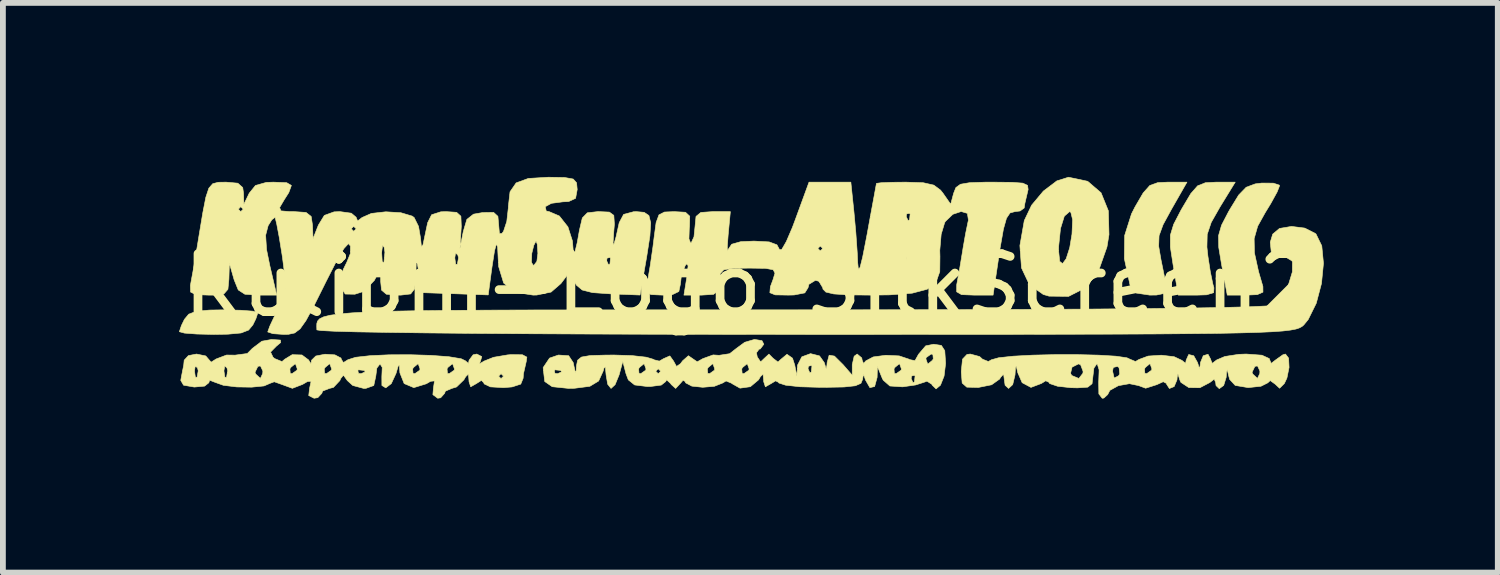
<source format=kicad_pcb>
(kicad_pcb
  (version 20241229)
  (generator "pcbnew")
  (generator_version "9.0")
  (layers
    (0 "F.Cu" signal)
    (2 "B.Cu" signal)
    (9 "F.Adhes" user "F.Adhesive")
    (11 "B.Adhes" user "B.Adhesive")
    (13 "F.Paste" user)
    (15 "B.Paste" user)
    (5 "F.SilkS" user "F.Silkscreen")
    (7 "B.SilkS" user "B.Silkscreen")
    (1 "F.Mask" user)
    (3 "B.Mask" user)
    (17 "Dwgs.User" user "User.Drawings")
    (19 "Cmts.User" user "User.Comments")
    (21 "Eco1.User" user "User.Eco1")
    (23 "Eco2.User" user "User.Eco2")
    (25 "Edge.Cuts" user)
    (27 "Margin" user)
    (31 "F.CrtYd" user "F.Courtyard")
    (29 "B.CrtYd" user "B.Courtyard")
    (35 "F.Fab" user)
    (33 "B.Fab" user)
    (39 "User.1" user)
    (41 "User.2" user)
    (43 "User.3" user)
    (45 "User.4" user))
  (footprint "Kulibin-Logo_SilkScreen2"
    (layer "F.Cu")
    (at 9.863 1.868)
    (property "Reference" "Kulibin-Logo_SilkScreen2" (at 0 0 0) (layer "F.SilkS") (effects (font (size 1 1) (thickness 0.15))))
    (attr exclude_from_pos_files exclude_from_bom)
    (fp_poly (pts (xy -8.765 0.43) (xy -8.554 0.446) (xy -8.467 0.47) (xy -8.467 0.471) (xy -8.502 0.576) (xy -8.554 0.683) (xy -8.628 0.772) (xy -8.758 0.822) (xy -8.985 0.843) (xy -9.232 0.847) (xy -9.523 0.84) (xy -9.734 0.824) (xy -9.821 0.8) (xy -9.821 0.799) (xy -9.786 0.694) (xy -9.734 0.587) (xy -9.66 0.498) (xy -9.53 0.448) (xy -9.303 0.427) (xy -9.056 0.423) (xy -8.765 0.43)) (stroke (width 0.01) (type solid)) (fill yes) (layer "F.SilkS"))
    (fp_poly (pts (xy 7.281 -1.311) (xy 7.136 -1.045) (xy 7.067 -0.856) (xy 7.06 -0.675) (xy 7.101 -0.436) (xy 7.105 -0.418) (xy 7.167 -0.113) (xy 7.182 0.063) (xy 7.137 0.144) (xy 7.021 0.168) (xy 6.906 0.169) (xy 6.674 0.134) (xy 6.572 0.022) (xy 6.572 0.021) (xy 6.469 -0.459) (xy 6.474 -0.859) (xy 6.592 -1.231) (xy 6.651 -1.348) (xy 6.793 -1.592) (xy 6.908 -1.721) (xy 7.045 -1.77) (xy 7.216 -1.778) (xy 7.548 -1.778) (xy 7.281 -1.311)) (stroke (width 0.01) (type solid)) (fill yes) (layer "F.SilkS"))
    (fp_poly (pts (xy 8.117 -1.35) (xy 7.966 -1.084) (xy 7.897 -0.879) (xy 7.892 -0.659) (xy 7.909 -0.502) (xy 7.951 -0.231) (xy 7.995 -0.019) (xy 8.013 0.043) (xy 8.008 0.127) (xy 7.886 0.164) (xy 7.73 0.169) (xy 7.398 0.169) (xy 7.308 -0.36) (xy 7.262 -0.659) (xy 7.262 -0.865) (xy 7.319 -1.052) (xy 7.444 -1.293) (xy 7.467 -1.333) (xy 7.615 -1.582) (xy 7.732 -1.715) (xy 7.865 -1.768) (xy 8.049 -1.778) (xy 8.38 -1.778) (xy 8.117 -1.35)) (stroke (width 0.01) (type solid)) (fill yes) (layer "F.SilkS"))
    (fp_poly (pts (xy 9.036 -1.761) (xy 9.14 -1.727) (xy 9.144 -1.715) (xy 9.102 -1.608) (xy 8.993 -1.41) (xy 8.897 -1.253) (xy 8.767 -1.019) (xy 8.706 -0.804) (xy 8.711 -0.559) (xy 8.782 -0.236) (xy 8.857 0.021) (xy 8.858 0.118) (xy 8.76 0.161) (xy 8.572 0.169) (xy 8.243 0.169) (xy 8.145 -0.356) (xy 8.096 -0.653) (xy 8.092 -0.855) (xy 8.144 -1.036) (xy 8.264 -1.267) (xy 8.288 -1.309) (xy 8.44 -1.557) (xy 8.569 -1.69) (xy 8.724 -1.748) (xy 8.836 -1.762) (xy 9.036 -1.761)) (stroke (width 0.01) (type solid)) (fill yes) (layer "F.SilkS"))
    (fp_poly (pts (xy 5.836 -1.793) (xy 6.067 -1.595) (xy 6.193 -1.284) (xy 6.204 -0.874) (xy 6.169 -0.661) (xy 6.022 -0.244) (xy 5.796 0.044) (xy 5.507 0.191) (xy 5.17 0.187) (xy 5.071 0.158) (xy 4.832 -0.011) (xy 4.696 -0.299) (xy 4.674 -0.597) (xy 5.335 -0.597) (xy 5.354 -0.413) (xy 5.403 -0.373) (xy 5.466 -0.458) (xy 5.527 -0.648) (xy 5.566 -0.882) (xy 5.577 -1.131) (xy 5.546 -1.259) (xy 5.524 -1.27) (xy 5.434 -1.192) (xy 5.368 -0.979) (xy 5.336 -0.669) (xy 5.335 -0.597) (xy 4.674 -0.597) (xy 4.668 -0.684) (xy 4.744 -1.116) (xy 4.87 -1.381) (xy 5.073 -1.624) (xy 5.305 -1.8) (xy 5.506 -1.863) (xy 5.836 -1.793)) (stroke (width 0.01) (type solid)) (fill yes) (layer "F.SilkS"))
    (fp_poly (pts (xy 9.579 -0.986) (xy 9.762 -0.893) (xy 9.773 -0.883) (xy 9.872 -0.68) (xy 9.901 -0.379) (xy 9.867 -0.032) (xy 9.777 0.309) (xy 9.638 0.59) (xy 9.562 0.683) (xy 9.531 0.71) (xy 9.489 0.733) (xy 9.427 0.754) (xy 9.333 0.772) (xy 9.198 0.788) (xy 9.012 0.801) (xy 8.765 0.812) (xy 8.447 0.821) (xy 8.048 0.829) (xy 7.558 0.834) (xy 6.967 0.839) (xy 6.265 0.842) (xy 5.442 0.844) (xy 4.488 0.846) (xy 3.394 0.846) (xy 2.148 0.847) (xy 0.974 0.847) (xy -0.373 0.846) (xy -1.626 0.844) (xy -2.778 0.84) (xy -3.822 0.835) (xy -4.75 0.829) (xy -5.555 0.821) (xy -6.227 0.812) (xy -6.761 0.803) (xy -7.148 0.792) (xy -7.38 0.78) (xy -7.451 0.769) (xy -7.453 0.712) (xy -7.452 0.661) (xy -7.439 0.617) (xy -7.404 0.578) (xy -7.337 0.545) (xy -7.227 0.517) (xy -7.066 0.494) (xy -6.843 0.475) (xy -6.548 0.459) (xy -6.171 0.447) (xy -5.703 0.438) (xy -5.133 0.432) (xy -4.452 0.428) (xy -3.65 0.425) (xy -2.717 0.424) (xy -1.643 0.423) (xy -0.418 0.423) (xy 0.777 0.423) (xy 2.261 0.422) (xy 3.609 0.42) (xy 4.818 0.415) (xy 5.883 0.41) (xy 6.801 0.402) (xy 7.568 0.393) (xy 8.18 0.382) (xy 8.635 0.37) (xy 8.928 0.356) (xy 9.055 0.341) (xy 9.058 0.339) (xy 9.184 0.209) (xy 9.296 -0.004) (xy 9.365 -0.231) (xy 9.366 -0.402) (xy 9.357 -0.422) (xy 9.236 -0.494) (xy 9.139 -0.508) (xy 9.002 -0.568) (xy 8.984 -0.742) (xy 9.026 -0.882) (xy 9.143 -0.98) (xy 9.35 -1.015) (xy 9.579 -0.986)) (stroke (width 0.01) (type solid)) (fill yes) (layer "F.SilkS"))
    (fp_poly (pts (xy 9.3 1.255) (xy 9.308 1.416) (xy 9.271 1.599) (xy 9.227 1.693) (xy 9.145 1.775) (xy 9.07 1.705) (xy 8.983 1.642) (xy 8.94 1.682) (xy 8.824 1.74) (xy 8.618 1.762) (xy 8.594 1.762) (xy 8.38 1.726) (xy 8.284 1.622) (xy 8.271 1.574) (xy 8.253 1.499) (xy 8.67 1.499) (xy 8.682 1.53) (xy 8.764 1.605) (xy 8.804 1.519) (xy 8.805 1.477) (xy 8.764 1.389) (xy 8.719 1.398) (xy 8.67 1.499) (xy 8.253 1.499) (xy 8.243 1.455) (xy 8.23 1.499) (xy 8.224 1.587) (xy 8.181 1.726) (xy 8.105 1.782) (xy 8.049 1.728) (xy 8.043 1.676) (xy 8.018 1.617) (xy 7.942 1.676) (xy 7.77 1.766) (xy 7.58 1.763) (xy 7.444 1.674) (xy 7.424 1.63) (xy 7.392 1.525) (xy 7.379 1.586) (xy 7.376 1.63) (xy 7.327 1.746) (xy 7.245 1.779) (xy 7.197 1.705) (xy 7.197 1.693) (xy 7.139 1.662) (xy 7.027 1.713) (xy 6.836 1.774) (xy 6.715 1.729) (xy 6.556 1.696) (xy 6.366 1.73) (xy 6.219 1.811) (xy 6.181 1.884) (xy 6.115 1.944) (xy 6.087 1.947) (xy 6.029 1.872) (xy 6.026 1.667) (xy 6.027 1.651) (xy 6.033 1.477) (xy 6.265 1.477) (xy 6.293 1.599) (xy 6.367 1.562) (xy 6.389 1.53) (xy 6.38 1.439) (xy 6.816 1.439) (xy 6.822 1.517) (xy 6.853 1.524) (xy 6.939 1.463) (xy 6.943 1.439) (xy 6.914 1.357) (xy 6.905 1.355) (xy 6.833 1.414) (xy 6.816 1.439) (xy 6.38 1.439) (xy 6.378 1.421) (xy 6.351 1.398) (xy 6.278 1.416) (xy 6.265 1.477) (xy 6.033 1.477) (xy 6.033 1.456) (xy 6.003 1.358) (xy 5.994 1.355) (xy 5.944 1.427) (xy 5.927 1.567) (xy 5.912 1.697) (xy 5.838 1.756) (xy 5.66 1.768) (xy 5.546 1.765) (xy 5.318 1.74) (xy 5.182 1.694) (xy 5.165 1.669) (xy 5.113 1.646) (xy 5.039 1.692) (xy 4.859 1.76) (xy 4.707 1.679) (xy 4.637 1.519) (xy 5.541 1.519) (xy 5.562 1.555) (xy 5.685 1.606) (xy 5.755 1.515) (xy 5.757 1.482) (xy 5.714 1.369) (xy 5.678 1.355) (xy 5.567 1.411) (xy 5.541 1.519) (xy 4.637 1.519) (xy 4.632 1.508) (xy 4.605 1.389) (xy 4.591 1.426) (xy 4.584 1.545) (xy 4.544 1.712) (xy 4.473 1.778) (xy 4.413 1.723) (xy 4.4 1.63) (xy 4.387 1.53) (xy 4.335 1.588) (xy 4.319 1.616) (xy 4.18 1.715) (xy 3.951 1.761) (xy 3.949 1.761) (xy 3.753 1.756) (xy 3.673 1.685) (xy 3.658 1.5) (xy 3.658 1.479) (xy 3.679 1.273) (xy 3.756 1.192) (xy 3.813 1.185) (xy 3.973 1.228) (xy 4.024 1.274) (xy 4.125 1.314) (xy 4.177 1.284) (xy 4.302 1.249) (xy 4.551 1.222) (xy 4.886 1.204) (xy 5.27 1.195) (xy 5.663 1.195) (xy 6.027 1.204) (xy 6.324 1.222) (xy 6.514 1.25) (xy 6.563 1.273) (xy 6.661 1.314) (xy 6.72 1.279) (xy 6.878 1.22) (xy 7.106 1.205) (xy 7.327 1.231) (xy 7.465 1.296) (xy 7.471 1.303) (xy 7.525 1.345) (xy 7.534 1.291) (xy 7.578 1.193) (xy 7.665 1.215) (xy 7.731 1.333) (xy 7.763 1.438) (xy 7.776 1.378) (xy 7.78 1.333) (xy 7.829 1.214) (xy 7.911 1.189) (xy 7.958 1.277) (xy 7.959 1.287) (xy 7.984 1.346) (xy 8.06 1.287) (xy 8.201 1.227) (xy 8.44 1.19) (xy 8.568 1.185) (xy 8.84 1.205) (xy 8.967 1.263) (xy 8.975 1.287) (xy 9 1.346) (xy 9.076 1.287) (xy 9.201 1.198) (xy 9.246 1.185) (xy 9.3 1.255)) (stroke (width 0.01) (type solid)) (fill yes) (layer "F.SilkS"))
    (fp_poly (pts (xy 3.003 -1.768) (xy 3.184 -1.727) (xy 3.3 -1.641) (xy 3.342 -1.588) (xy 3.475 -1.397) (xy 3.526 -1.587) (xy 3.565 -1.685) (xy 3.644 -1.742) (xy 3.802 -1.769) (xy 4.077 -1.778) (xy 4.211 -1.778) (xy 4.533 -1.775) (xy 4.718 -1.761) (xy 4.8 -1.723) (xy 4.81 -1.652) (xy 4.795 -1.587) (xy 4.754 -1.412) (xy 4.742 -1.333) (xy 4.671 -1.281) (xy 4.581 -1.27) (xy 4.498 -1.247) (xy 4.437 -1.157) (xy 4.384 -0.968) (xy 4.328 -0.65) (xy 4.313 -0.55) (xy 4.206 0.169) (xy 3.874 0.169) (xy 3.662 0.161) (xy 3.578 0.112) (xy 3.579 -0.011) (xy 3.589 -0.064) (xy 3.633 -0.306) (xy 3.681 -0.595) (xy 3.687 -0.635) (xy 3.732 -0.891) (xy 3.774 -1.094) (xy 3.781 -1.122) (xy 3.763 -1.24) (xy 3.656 -1.272) (xy 3.512 -1.224) (xy 3.383 -1.1) (xy 3.371 -1.079) (xy 3.311 -0.879) (xy 3.287 -0.601) (xy 3.29 -0.497) (xy 3.287 -0.235) (xy 3.221 -0.051) (xy 3.07 0.068) (xy 2.811 0.136) (xy 2.421 0.165) (xy 2.098 0.169) (xy 1.708 0.165) (xy 1.459 0.149) (xy 1.324 0.117) (xy 1.273 0.065) (xy 1.27 0.042) (xy 1.202 -0.07) (xy 1.143 -0.085) (xy 1.031 -0.017) (xy 1.016 0.042) (xy 0.96 0.131) (xy 0.775 0.167) (xy 0.677 0.169) (xy 0.45 0.165) (xy 0.358 0.128) (xy 0.367 0.024) (xy 0.413 -0.1) (xy 0.446 -0.21) (xy 0.415 -0.268) (xy 0.286 -0.292) (xy 0.025 -0.296) (xy -0.01 -0.296) (xy -0.288 -0.292) (xy -0.437 -0.267) (xy -0.497 -0.203) (xy -0.508 -0.08) (xy -0.508 -0.064) (xy -0.526 0.091) (xy -0.613 0.156) (xy -0.815 0.169) (xy -1.123 0.169) (xy -1.072 -0.148) (xy -1.051 -0.338) (xy -1.077 -0.37) (xy -1.102 -0.339) (xy -1.169 -0.151) (xy -1.184 -0.021) (xy -1.211 0.107) (xy -1.32 0.16) (xy -1.492 0.169) (xy -1.693 0.16) (xy -1.767 0.102) (xy -1.755 -0.049) (xy -1.745 -0.101) (xy -1.703 -0.348) (xy -1.657 -0.667) (xy -1.638 -0.821) (xy -1.603 -1.081) (xy -1.554 -1.214) (xy -1.459 -1.263) (xy -1.291 -1.27) (xy -1.096 -1.259) (xy -1.023 -1.191) (xy -1.027 -1.014) (xy -1.031 -0.98) (xy -1.037 -0.8) (xy -1.008 -0.728) (xy -0.998 -0.731) (xy -0.95 -0.836) (xy -0.931 -1.021) (xy -0.915 -1.187) (xy -0.832 -1.256) (xy -0.632 -1.27) (xy -0.627 -1.27) (xy -0.323 -1.27) (xy -0.361 -0.868) (xy -0.376 -0.667) (xy -0.374 -0.588) (xy -0.363 -0.614) (xy -0.3 -0.708) (xy -0.144 -0.752) (xy 0.084 -0.762) (xy 0.346 -0.748) (xy 0.48 -0.698) (xy 0.525 -0.614) (xy 0.563 -0.618) (xy 0.573 -0.635) (xy 1.185 -0.635) (xy 1.228 -0.593) (xy 1.27 -0.635) (xy 1.228 -0.677) (xy 1.185 -0.635) (xy 0.573 -0.635) (xy 0.642 -0.755) (xy 0.747 -0.999) (xy 0.793 -1.122) (xy 1.033 -1.778) (xy 1.754 -1.778) (xy 1.808 -1.258) (xy 1.84 -0.908) (xy 1.864 -0.566) (xy 1.872 -0.39) (xy 1.884 -0.276) (xy 1.912 -0.307) (xy 1.925 -0.357) (xy 2.592 -0.357) (xy 2.627 -0.339) (xy 2.7 -0.407) (xy 2.709 -0.466) (xy 2.691 -0.579) (xy 2.676 -0.593) (xy 2.621 -0.526) (xy 2.594 -0.466) (xy 2.592 -0.357) (xy 1.925 -0.357) (xy 1.958 -0.489) (xy 2.025 -0.83) (xy 2.036 -0.889) (xy 2.09 -1.185) (xy 2.709 -1.185) (xy 2.74 -1.116) (xy 2.766 -1.129) (xy 2.776 -1.229) (xy 2.766 -1.242) (xy 2.715 -1.23) (xy 2.709 -1.185) (xy 2.09 -1.185) (xy 2.101 -1.245) (xy 2.154 -1.531) (xy 2.187 -1.712) (xy 2.196 -1.757) (xy 2.276 -1.768) (xy 2.478 -1.776) (xy 2.705 -1.778) (xy 3.003 -1.768)) (stroke (width 0.01) (type solid)) (fill yes) (layer "F.SilkS"))
    (fp_poly (pts (xy -8.079 0.944) (xy -8.075 0.987) (xy -8.15 1.05) (xy -8.249 1.151) (xy -8.207 1.239) (xy -8.179 1.263) (xy -8.052 1.315) (xy -8.004 1.274) (xy -7.876 1.196) (xy -7.708 1.201) (xy -7.593 1.287) (xy -7.591 1.291) (xy -7.553 1.354) (xy -7.542 1.291) (xy -7.469 1.219) (xy -7.31 1.188) (xy -7.14 1.199) (xy -7.035 1.254) (xy -7.027 1.28) (xy -6.993 1.332) (xy -6.915 1.283) (xy -6.783 1.241) (xy -6.531 1.213) (xy -6.201 1.198) (xy -5.837 1.197) (xy -5.482 1.208) (xy -5.176 1.231) (xy -4.964 1.266) (xy -4.891 1.301) (xy -4.837 1.347) (xy -4.827 1.291) (xy -4.757 1.198) (xy -4.694 1.185) (xy -4.608 1.229) (xy -4.626 1.291) (xy -4.648 1.354) (xy -4.567 1.306) (xy -4.405 1.241) (xy -4.164 1.2) (xy -4.117 1.196) (xy -3.908 1.197) (xy -3.831 1.238) (xy -3.842 1.316) (xy -3.89 1.526) (xy -3.895 1.602) (xy -3.936 1.703) (xy -4.086 1.752) (xy -4.233 1.764) (xy -4.459 1.751) (xy -4.568 1.699) (xy -4.572 1.682) (xy -4.614 1.639) (xy -4.699 1.693) (xy -4.799 1.75) (xy -4.828 1.662) (xy -4.829 1.64) (xy -4.835 1.566) (xy -4.318 1.566) (xy -4.276 1.609) (xy -4.233 1.566) (xy -4.276 1.524) (xy -4.318 1.566) (xy -4.835 1.566) (xy -4.839 1.531) (xy -4.885 1.575) (xy -4.917 1.63) (xy -5.044 1.753) (xy -5.127 1.778) (xy -5.236 1.825) (xy -5.249 1.863) (xy -5.317 1.939) (xy -5.368 1.947) (xy -5.451 1.885) (xy -5.441 1.77) (xy -5.423 1.648) (xy -5.491 1.655) (xy -5.565 1.698) (xy -5.78 1.764) (xy -5.946 1.694) (xy -6.02 1.508) (xy -6.02 1.505) (xy -6.024 1.439) (xy -5.8 1.439) (xy -5.793 1.517) (xy -5.762 1.524) (xy -5.676 1.463) (xy -5.673 1.439) (xy -5.207 1.439) (xy -5.2 1.517) (xy -5.17 1.524) (xy -5.083 1.463) (xy -5.08 1.439) (xy -5.109 1.357) (xy -5.117 1.355) (xy -5.19 1.414) (xy -5.207 1.439) (xy -5.673 1.439) (xy -5.702 1.357) (xy -5.71 1.355) (xy -5.782 1.414) (xy -5.8 1.439) (xy -6.024 1.439) (xy -6.029 1.373) (xy -6.051 1.398) (xy -6.086 1.518) (xy -6.168 1.695) (xy -6.263 1.768) (xy -6.33 1.727) (xy -6.331 1.577) (xy -6.324 1.415) (xy -6.362 1.355) (xy -6.417 1.427) (xy -6.435 1.566) (xy -6.47 1.728) (xy -6.607 1.777) (xy -6.642 1.778) (xy -6.832 1.727) (xy -6.926 1.642) (xy -6.993 1.549) (xy -7.041 1.609) (xy -7.054 1.642) (xy -7.165 1.76) (xy -7.236 1.778) (xy -7.351 1.823) (xy -7.366 1.863) (xy -7.435 1.937) (xy -7.499 1.947) (xy -7.591 1.901) (xy -7.576 1.773) (xy -7.55 1.654) (xy -7.613 1.659) (xy -7.697 1.708) (xy -7.873 1.776) (xy -8.039 1.715) (xy -8.185 1.663) (xy -8.251 1.687) (xy -8.362 1.735) (xy -8.576 1.756) (xy -8.831 1.752) (xy -9.062 1.724) (xy -9.207 1.672) (xy -9.207 1.672) (xy -9.3 1.636) (xy -9.313 1.68) (xy -9.386 1.738) (xy -9.563 1.754) (xy -9.571 1.753) (xy -9.749 1.722) (xy -9.797 1.639) (xy -9.784 1.566) (xy -9.766 1.475) (xy -9.561 1.475) (xy -9.545 1.584) (xy -9.516 1.586) (xy -9.496 1.475) (xy -9.053 1.475) (xy -9.037 1.584) (xy -9.008 1.586) (xy -8.993 1.499) (xy -8.517 1.499) (xy -8.505 1.53) (xy -8.424 1.605) (xy -8.384 1.519) (xy -8.382 1.477) (xy -8.4 1.439) (xy -7.916 1.439) (xy -7.91 1.517) (xy -7.879 1.524) (xy -7.793 1.463) (xy -7.789 1.439) (xy -7.324 1.439) (xy -7.317 1.517) (xy -7.286 1.524) (xy -7.207 1.468) (xy -6.745 1.468) (xy -6.733 1.518) (xy -6.689 1.524) (xy -6.619 1.493) (xy -6.632 1.468) (xy -6.733 1.457) (xy -6.745 1.468) (xy -7.207 1.468) (xy -7.2 1.463) (xy -7.197 1.439) (xy -7.226 1.357) (xy -7.234 1.355) (xy -7.306 1.414) (xy -7.324 1.439) (xy -7.789 1.439) (xy -7.818 1.357) (xy -7.827 1.355) (xy -7.899 1.414) (xy -7.916 1.439) (xy -8.4 1.439) (xy -8.424 1.389) (xy -8.468 1.398) (xy -8.517 1.499) (xy -8.993 1.499) (xy -8.988 1.472) (xy -9.001 1.423) (xy -9.039 1.391) (xy -9.053 1.475) (xy -9.496 1.475) (xy -9.496 1.472) (xy -9.509 1.423) (xy -9.547 1.391) (xy -9.561 1.475) (xy -9.766 1.475) (xy -9.746 1.375) (xy -9.738 1.291) (xy -9.665 1.212) (xy -9.525 1.185) (xy -9.366 1.218) (xy -9.313 1.28) (xy -9.273 1.325) (xy -9.187 1.27) (xy -9.008 1.202) (xy -8.86 1.204) (xy -8.65 1.176) (xy -8.562 1.087) (xy -8.399 0.964) (xy -8.233 0.934) (xy -8.079 0.944)) (stroke (width 0.01) (type solid)) (fill yes) (layer "F.SilkS"))
    (fp_poly (pts (xy 0.222 0.954) (xy 0.254 1.016) (xy 0.192 1.098) (xy 0.172 1.101) (xy 0.127 1.163) (xy 0.141 1.235) (xy 0.199 1.32) (xy 0.266 1.256) (xy 0.342 1.186) (xy 0.413 1.258) (xy 0.498 1.323) (xy 0.545 1.279) (xy 0.653 1.189) (xy 0.748 1.256) (xy 0.787 1.376) (xy 0.824 1.566) (xy 0.831 1.439) (xy 1.016 1.439) (xy 1.047 1.509) (xy 1.072 1.496) (xy 1.083 1.395) (xy 1.072 1.383) (xy 1.022 1.395) (xy 1.016 1.439) (xy 0.831 1.439) (xy 0.835 1.376) (xy 0.909 1.233) (xy 1.059 1.178) (xy 1.214 1.217) (xy 1.296 1.333) (xy 1.328 1.438) (xy 1.342 1.378) (xy 1.345 1.333) (xy 1.38 1.205) (xy 1.471 1.22) (xy 1.62 1.368) (xy 1.778 1.55) (xy 1.778 1.368) (xy 1.811 1.223) (xy 1.863 1.185) (xy 1.942 1.252) (xy 1.949 1.291) (xy 1.973 1.348) (xy 2.012 1.303) (xy 2.14 1.235) (xy 2.357 1.206) (xy 2.587 1.217) (xy 2.755 1.273) (xy 2.763 1.28) (xy 2.859 1.299) (xy 2.876 1.27) (xy 3.048 1.27) (xy 3.077 1.352) (xy 3.085 1.355) (xy 3.158 1.295) (xy 3.175 1.27) (xy 3.168 1.192) (xy 3.138 1.185) (xy 3.051 1.247) (xy 3.048 1.27) (xy 2.876 1.27) (xy 2.92 1.19) (xy 3.044 1.044) (xy 3.181 1.016) (xy 3.314 1.036) (xy 3.373 1.127) (xy 3.387 1.337) (xy 3.387 1.35) (xy 3.361 1.565) (xy 3.299 1.722) (xy 3.223 1.786) (xy 3.156 1.721) (xy 3.152 1.708) (xy 3.067 1.653) (xy 3.02 1.67) (xy 2.871 1.718) (xy 2.648 1.75) (xy 2.641 1.75) (xy 2.427 1.736) (xy 2.312 1.635) (xy 2.299 1.609) (xy 2.794 1.609) (xy 2.825 1.678) (xy 2.85 1.665) (xy 2.861 1.565) (xy 2.85 1.552) (xy 2.8 1.564) (xy 2.794 1.609) (xy 2.299 1.609) (xy 2.287 1.583) (xy 2.229 1.439) (xy 2.498 1.439) (xy 2.504 1.517) (xy 2.535 1.524) (xy 2.621 1.463) (xy 2.625 1.439) (xy 2.596 1.357) (xy 2.587 1.355) (xy 2.515 1.414) (xy 2.498 1.439) (xy 2.229 1.439) (xy 2.212 1.397) (xy 2.207 1.587) (xy 2.164 1.745) (xy 2.082 1.764) (xy 2.006 1.632) (xy 2.006 1.63) (xy 1.973 1.533) (xy 1.959 1.599) (xy 1.957 1.621) (xy 1.928 1.69) (xy 1.831 1.732) (xy 1.635 1.753) (xy 1.308 1.759) (xy 1.228 1.759) (xy 0.878 1.749) (xy 0.63 1.722) (xy 0.513 1.684) (xy 0.508 1.673) (xy 0.457 1.647) (xy 0.381 1.693) (xy 0.281 1.75) (xy 0.252 1.662) (xy 0.251 1.64) (xy 0.241 1.531) (xy 0.195 1.575) (xy 0.163 1.63) (xy 0.022 1.748) (xy -0.157 1.773) (xy -0.295 1.695) (xy -0.299 1.689) (xy -0.397 1.649) (xy -0.455 1.684) (xy -0.599 1.741) (xy -0.799 1.758) (xy -0.987 1.738) (xy -1.095 1.681) (xy -1.102 1.659) (xy -1.138 1.637) (xy -1.187 1.693) (xy -1.266 1.778) (xy -1.342 1.71) (xy -1.353 1.693) (xy -1.422 1.629) (xy -1.438 1.66) (xy -1.514 1.72) (xy -1.705 1.745) (xy -1.753 1.745) (xy -1.973 1.718) (xy -2.082 1.63) (xy -2.122 1.524) (xy -2.144 1.439) (xy -1.905 1.439) (xy -1.898 1.517) (xy -1.868 1.524) (xy -1.808 1.482) (xy -1.609 1.482) (xy -1.566 1.524) (xy -1.524 1.482) (xy -1.566 1.439) (xy -0.72 1.439) (xy -0.713 1.517) (xy -0.682 1.524) (xy -0.596 1.463) (xy -0.593 1.439) (xy -0.127 1.439) (xy -0.12 1.517) (xy -0.09 1.524) (xy -0.003 1.463) (xy 0 1.439) (xy -0.029 1.357) (xy -0.037 1.355) (xy -0.11 1.414) (xy -0.127 1.439) (xy -0.593 1.439) (xy -0.622 1.357) (xy -0.63 1.355) (xy -0.702 1.414) (xy -0.72 1.439) (xy -1.566 1.439) (xy -1.609 1.482) (xy -1.808 1.482) (xy -1.781 1.463) (xy -1.778 1.439) (xy -1.807 1.357) (xy -1.815 1.355) (xy -1.888 1.414) (xy -1.905 1.439) (xy -2.144 1.439) (xy -2.177 1.312) (xy -2.241 1.545) (xy -2.31 1.713) (xy -2.38 1.778) (xy -2.438 1.705) (xy -2.465 1.545) (xy -2.478 1.406) (xy -2.502 1.428) (xy -2.517 1.482) (xy -2.594 1.65) (xy -2.745 1.741) (xy -3.009 1.775) (xy -3.114 1.777) (xy -3.394 1.748) (xy -3.522 1.659) (xy -3.523 1.656) (xy -3.545 1.468) (xy -3.358 1.468) (xy -3.347 1.518) (xy -3.302 1.524) (xy -3.232 1.493) (xy -3.246 1.468) (xy -3.346 1.457) (xy -3.358 1.468) (xy -3.545 1.468) (xy -3.55 1.419) (xy -3.44 1.255) (xy -3.287 1.202) (xy -3.11 1.214) (xy -3.032 1.332) (xy -3.024 1.371) (xy -2.995 1.503) (xy -2.981 1.473) (xy -2.975 1.384) (xy -2.956 1.291) (xy -2.89 1.237) (xy -2.741 1.211) (xy -2.473 1.203) (xy -2.328 1.202) (xy -2.016 1.212) (xy -1.774 1.239) (xy -1.649 1.276) (xy -1.643 1.283) (xy -1.547 1.307) (xy -1.475 1.265) (xy -1.366 1.217) (xy -1.303 1.305) (xy -1.251 1.399) (xy -1.183 1.352) (xy -1.146 1.302) (xy -1.046 1.214) (xy -0.979 1.261) (xy -0.894 1.319) (xy -0.797 1.264) (xy -0.62 1.2) (xy -0.518 1.207) (xy -0.335 1.179) (xy -0.222 1.09) (xy -0.075 0.982) (xy 0.093 0.933) (xy 0.222 0.954)) (stroke (width 0.01) (type solid)) (fill yes) (layer "F.SilkS"))
    (fp_poly (pts (xy -3.179 -1.858) (xy -3.032 -1.832) (xy -2.974 -1.767) (xy -2.963 -1.651) (xy -2.991 -1.499) (xy -3.11 -1.444) (xy -3.212 -1.439) (xy -3.408 -1.413) (xy -3.514 -1.355) (xy -3.497 -1.28) (xy -3.447 -1.27) (xy -3.271 -1.195) (xy -3.123 -1.007) (xy -3.045 -0.763) (xy -3.041 -0.713) (xy -3.029 -0.561) (xy -3.004 -0.567) (xy -2.963 -0.735) (xy -2.924 -0.953) (xy -2.875 -1.161) (xy -2.788 -1.25) (xy -2.61 -1.27) (xy -2.587 -1.27) (xy -2.409 -1.262) (xy -2.332 -1.206) (xy -2.322 -1.054) (xy -2.334 -0.91) (xy -2.345 -0.726) (xy -2.332 -0.701) (xy -2.293 -0.836) (xy -2.239 -1.079) (xy -2.163 -1.222) (xy -1.988 -1.269) (xy -1.946 -1.27) (xy -1.809 -1.258) (xy -1.727 -1.203) (xy -1.696 -1.077) (xy -1.71 -0.85) (xy -1.765 -0.494) (xy -1.787 -0.368) (xy -1.88 0.168) (xy -2.398 0.147) (xy -2.7 0.126) (xy -2.877 0.081) (xy -2.976 -0.002) (xy -3.005 -0.051) (xy -3.094 -0.229) (xy -3.244 -0.03) (xy -3.414 0.117) (xy -3.662 0.168) (xy -3.723 0.169) (xy -4.038 0.12) (xy -4.231 -0.039) (xy -4.317 -0.322) (xy -4.321 -0.393) (xy -3.752 -0.393) (xy -3.714 -0.339) (xy -3.659 -0.411) (xy -3.657 -0.423) (xy -2.455 -0.423) (xy -2.424 -0.354) (xy -2.399 -0.367) (xy -2.389 -0.467) (xy -2.399 -0.48) (xy -2.449 -0.468) (xy -2.455 -0.423) (xy -3.657 -0.423) (xy -3.641 -0.55) (xy -3.652 -0.71) (xy -3.673 -0.762) (xy -3.711 -0.69) (xy -3.746 -0.55) (xy -3.752 -0.393) (xy -4.321 -0.393) (xy -4.325 -0.451) (xy -4.335 -0.662) (xy -4.356 -0.712) (xy -4.388 -0.597) (xy -4.432 -0.315) (xy -4.443 -0.235) (xy -4.497 0.166) (xy -5.064 0.146) (xy -5.63 0.127) (xy -5.683 -0.169) (xy -5.735 -0.466) (xy -5.746 -0.148) (xy -5.765 0.06) (xy -5.834 0.149) (xy -6.001 0.169) (xy -6.054 0.169) (xy -6.253 0.154) (xy -6.336 0.083) (xy -6.351 -0.064) (xy -6.352 -0.296) (xy -6.459 -0.085) (xy -6.64 0.104) (xy -6.796 0.154) (xy -6.962 0.151) (xy -7.021 0.058) (xy -7.027 -0.062) (xy -6.997 -0.271) (xy -6.935 -0.397) (xy -6.873 -0.548) (xy -6.873 -0.55) (xy -6.333 -0.55) (xy -6.324 -0.406) (xy -6.298 -0.393) (xy -6.294 -0.401) (xy -6.287 -0.473) (xy -5.073 -0.473) (xy -5.058 -0.363) (xy -5.029 -0.362) (xy -5.009 -0.475) (xy -5.022 -0.524) (xy -5.06 -0.556) (xy -5.073 -0.473) (xy -6.287 -0.473) (xy -6.278 -0.569) (xy -6.291 -0.655) (xy -6.318 -0.689) (xy -6.333 -0.577) (xy -6.333 -0.55) (xy -6.873 -0.55) (xy -6.872 -0.677) (xy -6.907 -0.718) (xy -6.985 -0.633) (xy -7.115 -0.413) (xy -7.301 -0.048) (xy -7.32 -0.009) (xy -7.505 0.362) (xy -7.638 0.607) (xy -7.74 0.751) (xy -7.834 0.822) (xy -7.941 0.845) (xy -8.019 0.847) (xy -8.208 0.834) (xy -8.296 0.805) (xy -8.297 0.801) (xy -8.262 0.704) (xy -8.173 0.514) (xy -8.127 0.421) (xy -8.04 0.229) (xy -8 0.055) (xy -8.003 -0.16) (xy -8.043 -0.475) (xy -8.051 -0.528) (xy -8.1 -0.83) (xy -8.143 -1.058) (xy -8.17 -1.168) (xy -8.172 -1.171) (xy -8.226 -1.131) (xy -8.291 -1.028) (xy -8.334 -0.863) (xy -8.318 -0.615) (xy -8.263 -0.344) (xy -8.143 0.169) (xy -8.472 0.169) (xy -8.692 0.154) (xy -8.806 0.08) (xy -8.877 -0.095) (xy -8.88 -0.106) (xy -8.959 -0.381) (xy -8.967 -0.106) (xy -8.984 0.069) (xy -9.053 0.148) (xy -9.225 0.169) (xy -9.32 0.169) (xy -9.538 0.161) (xy -9.628 0.116) (xy -9.631 0.002) (xy -9.619 -0.064) (xy -9.581 -0.271) (xy -9.529 -0.573) (xy -9.484 -0.847) (xy -9.417 -1.251) (xy -9.405 -1.312) (xy -8.805 -1.312) (xy -8.763 -1.27) (xy -8.721 -1.312) (xy -8.763 -1.355) (xy -8.805 -1.312) (xy -9.405 -1.312) (xy -9.365 -1.517) (xy -9.313 -1.674) (xy -9.246 -1.751) (xy -9.15 -1.776) (xy -9.015 -1.778) (xy -8.813 -1.76) (xy -8.729 -1.685) (xy -8.715 -1.587) (xy -8.709 -1.397) (xy -8.617 -1.587) (xy -8.509 -1.721) (xy -8.322 -1.774) (xy -8.2 -1.778) (xy -7.971 -1.769) (xy -7.89 -1.721) (xy -7.935 -1.598) (xy -8.011 -1.479) (xy -8.093 -1.34) (xy -8.07 -1.283) (xy -7.916 -1.27) (xy -7.841 -1.27) (xy -7.637 -1.256) (xy -7.549 -1.187) (xy -7.526 -1.037) (xy -7.517 -0.804) (xy -7.45 -0.974) (xy -6.858 -0.974) (xy -6.816 -0.931) (xy -6.773 -0.974) (xy -6.816 -1.016) (xy -6.858 -0.974) (xy -7.45 -0.974) (xy -7.425 -1.037) (xy -7.322 -1.205) (xy -7.154 -1.266) (xy -7.053 -1.27) (xy -6.857 -1.243) (xy -6.774 -1.173) (xy -6.773 -1.168) (xy -6.748 -1.109) (xy -6.672 -1.168) (xy -6.511 -1.239) (xy -6.262 -1.267) (xy -6.002 -1.251) (xy -5.808 -1.193) (xy -5.774 -1.168) (xy -5.698 -1.015) (xy -5.663 -0.809) (xy -5.649 -0.668) (xy -5.624 -0.691) (xy -5.617 -0.72) (xy -5.569 -0.947) (xy -5.541 -1.079) (xy -5.473 -1.216) (xy -5.314 -1.267) (xy -5.222 -1.27) (xy -5.042 -1.258) (xy -4.968 -1.191) (xy -4.961 -1.016) (xy -4.965 -0.953) (xy -4.985 -0.635) (xy -4.926 -0.931) (xy -4.865 -1.136) (xy -4.751 -1.226) (xy -4.593 -1.254) (xy -4.404 -1.257) (xy -4.33 -1.189) (xy -4.317 -1.043) (xy -4.304 -0.892) (xy -4.261 -0.893) (xy -4.233 -0.931) (xy -4.177 -1.1) (xy -4.15 -1.338) (xy -4.15 -1.359) (xy -4.121 -1.612) (xy -4.016 -1.765) (xy -3.806 -1.842) (xy -3.46 -1.863) (xy -3.454 -1.863) (xy -3.179 -1.858)) (stroke (width 0.01) (type solid)) (fill yes) (layer "F.SilkS")))
  (gr_rect
    (start -3 -3)
    (end 22.769 6.82)
    (stroke (width 0.1) (type default))
    (fill no)
    (layer "Edge.Cuts")))
</source>
